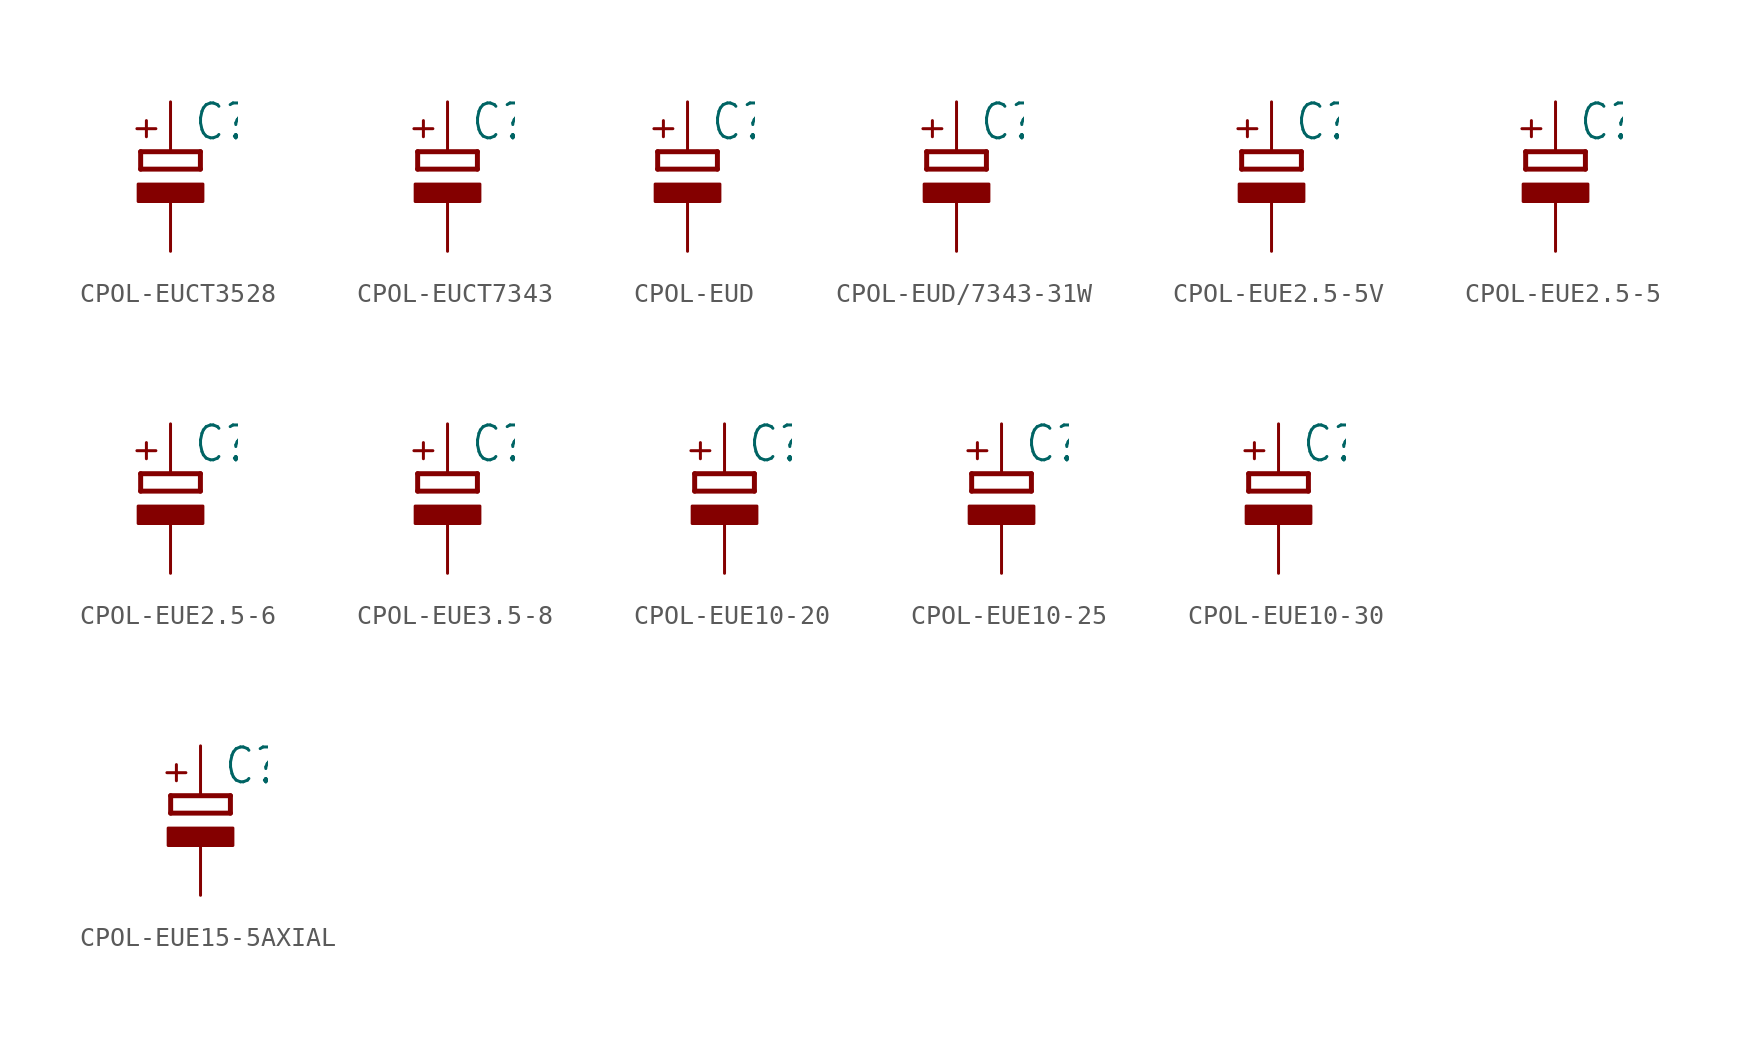
<source format=kicad_sym>
(kicad_symbol_lib
  (version 20231120)
  (generator "kicad_symbol_editor")
  (generator_version "8.99")
  (symbol "CPOL-EUCT3528"
    (property "Reference" "C"
      (at 1.143 0.483 0)
      (effects (font (size 1.778 1.511)) (justify left bottom)))
    (property "Value" ""
      (at 1.143 -4.597 0)
      (effects (font (size 1.778 1.511)) (justify left bottom)))
    (property "ki_locked" ""
      (at 0 0 0)
      (effects (font (size 1.27 1.27))))
    (symbol "CPOL-EUCT3528_1_0"
      (rectangle (start -1.651 -2.54) (end 1.651 -1.651) (stroke (width 0) (type default)) (fill (type outline)))
      (polyline (pts (xy -1.524 0) (xy 1.524 0)) (stroke (width 0.254) (type solid)) (fill (type none)))
      (polyline (pts (xy -1.524 0) (xy -1.524 -0.889)) (stroke (width 0.254) (type solid)) (fill (type none)))
      (polyline (pts (xy -1.524 -0.889) (xy 1.524 -0.889)) (stroke (width 0.254) (type solid)) (fill (type none)))
      (polyline (pts (xy 1.524 -0.889) (xy 1.524 0)) (stroke (width 0.254) (type solid)) (fill (type none)))
      (text "+" (at -0.584 0.406 900) (effects (font (size 1.27 1.079)) (justify left bottom)))
      (pin passive line (at 0 2.54 270) (length 2.54) (name "+" (effects (font (size 0 0)))) (number "+" (effects (font (size 0 0)))))
      (pin passive line (at 0 -5.08 90) (length 2.54) (name "-" (effects (font (size 0 0)))) (number "-" (effects (font (size 0 0)))))))
  (symbol "CPOL-EUCT7343"
    (property "Reference" "C"
      (at 1.143 0.483 0)
      (effects (font (size 1.778 1.511)) (justify left bottom)))
    (property "Value" ""
      (at 1.143 -4.597 0)
      (effects (font (size 1.778 1.511)) (justify left bottom)))
    (property "ki_locked" ""
      (at 0 0 0)
      (effects (font (size 1.27 1.27))))
    (symbol "CPOL-EUCT7343_1_0"
      (rectangle (start -1.651 -2.54) (end 1.651 -1.651) (stroke (width 0) (type default)) (fill (type outline)))
      (polyline (pts (xy -1.524 0) (xy 1.524 0)) (stroke (width 0.254) (type solid)) (fill (type none)))
      (polyline (pts (xy -1.524 0) (xy -1.524 -0.889)) (stroke (width 0.254) (type solid)) (fill (type none)))
      (polyline (pts (xy -1.524 -0.889) (xy 1.524 -0.889)) (stroke (width 0.254) (type solid)) (fill (type none)))
      (polyline (pts (xy 1.524 -0.889) (xy 1.524 0)) (stroke (width 0.254) (type solid)) (fill (type none)))
      (text "+" (at -0.584 0.406 900) (effects (font (size 1.27 1.079)) (justify left bottom)))
      (pin passive line (at 0 2.54 270) (length 2.54) (name "+" (effects (font (size 0 0)))) (number "+" (effects (font (size 0 0)))))
      (pin passive line (at 0 -5.08 90) (length 2.54) (name "-" (effects (font (size 0 0)))) (number "-" (effects (font (size 0 0)))))))
  (symbol "CPOL-EUD"
    (property "Reference" "C"
      (at 1.143 0.483 0)
      (effects (font (size 1.778 1.511)) (justify left bottom)))
    (property "Value" ""
      (at 1.143 -4.597 0)
      (effects (font (size 1.778 1.511)) (justify left bottom)))
    (property "ki_locked" ""
      (at 0 0 0)
      (effects (font (size 1.27 1.27))))
    (symbol "CPOL-EUD_1_0"
      (rectangle (start -1.651 -2.54) (end 1.651 -1.651) (stroke (width 0) (type default)) (fill (type outline)))
      (polyline (pts (xy -1.524 0) (xy 1.524 0)) (stroke (width 0.254) (type solid)) (fill (type none)))
      (polyline (pts (xy -1.524 0) (xy -1.524 -0.889)) (stroke (width 0.254) (type solid)) (fill (type none)))
      (polyline (pts (xy -1.524 -0.889) (xy 1.524 -0.889)) (stroke (width 0.254) (type solid)) (fill (type none)))
      (polyline (pts (xy 1.524 -0.889) (xy 1.524 0)) (stroke (width 0.254) (type solid)) (fill (type none)))
      (text "+" (at -0.584 0.406 900) (effects (font (size 1.27 1.079)) (justify left bottom)))
      (pin passive line (at 0 2.54 270) (length 2.54) (name "+" (effects (font (size 0 0)))) (number "+" (effects (font (size 0 0)))))
      (pin passive line (at 0 -5.08 90) (length 2.54) (name "-" (effects (font (size 0 0)))) (number "-" (effects (font (size 0 0)))))))
  (symbol "CPOL-EUD/7343-31W"
    (property "Reference" "C"
      (at 1.143 0.483 0)
      (effects (font (size 1.778 1.511)) (justify left bottom)))
    (property "Value" ""
      (at 1.143 -4.597 0)
      (effects (font (size 1.778 1.511)) (justify left bottom)))
    (property "ki_locked" ""
      (at 0 0 0)
      (effects (font (size 1.27 1.27))))
    (symbol "CPOL-EUD/7343-31W_1_0"
      (rectangle (start -1.651 -2.54) (end 1.651 -1.651) (stroke (width 0) (type default)) (fill (type outline)))
      (polyline (pts (xy -1.524 0) (xy 1.524 0)) (stroke (width 0.254) (type solid)) (fill (type none)))
      (polyline (pts (xy -1.524 0) (xy -1.524 -0.889)) (stroke (width 0.254) (type solid)) (fill (type none)))
      (polyline (pts (xy -1.524 -0.889) (xy 1.524 -0.889)) (stroke (width 0.254) (type solid)) (fill (type none)))
      (polyline (pts (xy 1.524 -0.889) (xy 1.524 0)) (stroke (width 0.254) (type solid)) (fill (type none)))
      (text "+" (at -0.584 0.406 900) (effects (font (size 1.27 1.079)) (justify left bottom)))
      (pin passive line (at 0 2.54 270) (length 2.54) (name "+" (effects (font (size 0 0)))) (number "+" (effects (font (size 0 0)))))
      (pin passive line (at 0 -5.08 90) (length 2.54) (name "-" (effects (font (size 0 0)))) (number "-" (effects (font (size 0 0)))))))
  (symbol "CPOL-EUE2.5-5V"
    (property "Reference" "C"
      (at 1.143 0.483 0)
      (effects (font (size 1.778 1.511)) (justify left bottom)))
    (property "Value" ""
      (at 1.143 -4.597 0)
      (effects (font (size 1.778 1.511)) (justify left bottom)))
    (property "ki_locked" ""
      (at 0 0 0)
      (effects (font (size 1.27 1.27))))
    (symbol "CPOL-EUE2.5-5V_1_0"
      (rectangle (start -1.651 -2.54) (end 1.651 -1.651) (stroke (width 0) (type default)) (fill (type outline)))
      (polyline (pts (xy -1.524 0) (xy 1.524 0)) (stroke (width 0.254) (type solid)) (fill (type none)))
      (polyline (pts (xy -1.524 0) (xy -1.524 -0.889)) (stroke (width 0.254) (type solid)) (fill (type none)))
      (polyline (pts (xy -1.524 -0.889) (xy 1.524 -0.889)) (stroke (width 0.254) (type solid)) (fill (type none)))
      (polyline (pts (xy 1.524 -0.889) (xy 1.524 0)) (stroke (width 0.254) (type solid)) (fill (type none)))
      (text "+" (at -0.584 0.406 900) (effects (font (size 1.27 1.079)) (justify left bottom)))
      (pin passive line (at 0 2.54 270) (length 2.54) (name "+" (effects (font (size 0 0)))) (number "+" (effects (font (size 0 0)))))
      (pin passive line (at 0 -5.08 90) (length 2.54) (name "-" (effects (font (size 0 0)))) (number "-" (effects (font (size 0 0)))))))
  (symbol "CPOL-EUE2.5-5"
    (property "Reference" "C"
      (at 1.143 0.483 0)
      (effects (font (size 1.778 1.511)) (justify left bottom)))
    (property "Value" ""
      (at 1.143 -4.597 0)
      (effects (font (size 1.778 1.511)) (justify left bottom)))
    (property "ki_locked" ""
      (at 0 0 0)
      (effects (font (size 1.27 1.27))))
    (symbol "CPOL-EUE2.5-5_1_0"
      (rectangle (start -1.651 -2.54) (end 1.651 -1.651) (stroke (width 0) (type default)) (fill (type outline)))
      (polyline (pts (xy -1.524 0) (xy 1.524 0)) (stroke (width 0.254) (type solid)) (fill (type none)))
      (polyline (pts (xy -1.524 0) (xy -1.524 -0.889)) (stroke (width 0.254) (type solid)) (fill (type none)))
      (polyline (pts (xy -1.524 -0.889) (xy 1.524 -0.889)) (stroke (width 0.254) (type solid)) (fill (type none)))
      (polyline (pts (xy 1.524 -0.889) (xy 1.524 0)) (stroke (width 0.254) (type solid)) (fill (type none)))
      (text "+" (at -0.584 0.406 900) (effects (font (size 1.27 1.079)) (justify left bottom)))
      (pin passive line (at 0 2.54 270) (length 2.54) (name "+" (effects (font (size 0 0)))) (number "+" (effects (font (size 0 0)))))
      (pin passive line (at 0 -5.08 90) (length 2.54) (name "-" (effects (font (size 0 0)))) (number "-" (effects (font (size 0 0)))))))
  (symbol "CPOL-EUE2.5-6"
    (property "Reference" "C"
      (at 1.143 0.483 0)
      (effects (font (size 1.778 1.511)) (justify left bottom)))
    (property "Value" ""
      (at 1.143 -4.597 0)
      (effects (font (size 1.778 1.511)) (justify left bottom)))
    (property "ki_locked" ""
      (at 0 0 0)
      (effects (font (size 1.27 1.27))))
    (symbol "CPOL-EUE2.5-6_1_0"
      (rectangle (start -1.651 -2.54) (end 1.651 -1.651) (stroke (width 0) (type default)) (fill (type outline)))
      (polyline (pts (xy -1.524 0) (xy 1.524 0)) (stroke (width 0.254) (type solid)) (fill (type none)))
      (polyline (pts (xy -1.524 0) (xy -1.524 -0.889)) (stroke (width 0.254) (type solid)) (fill (type none)))
      (polyline (pts (xy -1.524 -0.889) (xy 1.524 -0.889)) (stroke (width 0.254) (type solid)) (fill (type none)))
      (polyline (pts (xy 1.524 -0.889) (xy 1.524 0)) (stroke (width 0.254) (type solid)) (fill (type none)))
      (text "+" (at -0.584 0.406 900) (effects (font (size 1.27 1.079)) (justify left bottom)))
      (pin passive line (at 0 2.54 270) (length 2.54) (name "+" (effects (font (size 0 0)))) (number "+" (effects (font (size 0 0)))))
      (pin passive line (at 0 -5.08 90) (length 2.54) (name "-" (effects (font (size 0 0)))) (number "-" (effects (font (size 0 0)))))))
  (symbol "CPOL-EUE3.5-8"
    (property "Reference" "C"
      (at 1.143 0.483 0)
      (effects (font (size 1.778 1.511)) (justify left bottom)))
    (property "Value" ""
      (at 1.143 -4.597 0)
      (effects (font (size 1.778 1.511)) (justify left bottom)))
    (property "ki_locked" ""
      (at 0 0 0)
      (effects (font (size 1.27 1.27))))
    (symbol "CPOL-EUE3.5-8_1_0"
      (rectangle (start -1.651 -2.54) (end 1.651 -1.651) (stroke (width 0) (type default)) (fill (type outline)))
      (polyline (pts (xy -1.524 0) (xy 1.524 0)) (stroke (width 0.254) (type solid)) (fill (type none)))
      (polyline (pts (xy -1.524 0) (xy -1.524 -0.889)) (stroke (width 0.254) (type solid)) (fill (type none)))
      (polyline (pts (xy -1.524 -0.889) (xy 1.524 -0.889)) (stroke (width 0.254) (type solid)) (fill (type none)))
      (polyline (pts (xy 1.524 -0.889) (xy 1.524 0)) (stroke (width 0.254) (type solid)) (fill (type none)))
      (text "+" (at -0.584 0.406 900) (effects (font (size 1.27 1.079)) (justify left bottom)))
      (pin passive line (at 0 2.54 270) (length 2.54) (name "+" (effects (font (size 0 0)))) (number "+" (effects (font (size 0 0)))))
      (pin passive line (at 0 -5.08 90) (length 2.54) (name "-" (effects (font (size 0 0)))) (number "-" (effects (font (size 0 0)))))))
  (symbol "CPOL-EUE10-20"
    (property "Reference" "C"
      (at 1.143 0.483 0)
      (effects (font (size 1.778 1.511)) (justify left bottom)))
    (property "Value" ""
      (at 1.143 -4.597 0)
      (effects (font (size 1.778 1.511)) (justify left bottom)))
    (property "ki_locked" ""
      (at 0 0 0)
      (effects (font (size 1.27 1.27))))
    (symbol "CPOL-EUE10-20_1_0"
      (rectangle (start -1.651 -2.54) (end 1.651 -1.651) (stroke (width 0) (type default)) (fill (type outline)))
      (polyline (pts (xy -1.524 0) (xy 1.524 0)) (stroke (width 0.254) (type solid)) (fill (type none)))
      (polyline (pts (xy -1.524 0) (xy -1.524 -0.889)) (stroke (width 0.254) (type solid)) (fill (type none)))
      (polyline (pts (xy -1.524 -0.889) (xy 1.524 -0.889)) (stroke (width 0.254) (type solid)) (fill (type none)))
      (polyline (pts (xy 1.524 -0.889) (xy 1.524 0)) (stroke (width 0.254) (type solid)) (fill (type none)))
      (text "+" (at -0.584 0.406 900) (effects (font (size 1.27 1.079)) (justify left bottom)))
      (pin passive line (at 0 2.54 270) (length 2.54) (name "+" (effects (font (size 0 0)))) (number "+" (effects (font (size 0 0)))))
      (pin passive line (at 0 -5.08 90) (length 2.54) (name "-" (effects (font (size 0 0)))) (number "-" (effects (font (size 0 0)))))))
  (symbol "CPOL-EUE10-25"
    (property "Reference" "C"
      (at 1.143 0.483 0)
      (effects (font (size 1.778 1.511)) (justify left bottom)))
    (property "Value" ""
      (at 1.143 -4.597 0)
      (effects (font (size 1.778 1.511)) (justify left bottom)))
    (property "ki_locked" ""
      (at 0 0 0)
      (effects (font (size 1.27 1.27))))
    (symbol "CPOL-EUE10-25_1_0"
      (rectangle (start -1.651 -2.54) (end 1.651 -1.651) (stroke (width 0) (type default)) (fill (type outline)))
      (polyline (pts (xy -1.524 0) (xy 1.524 0)) (stroke (width 0.254) (type solid)) (fill (type none)))
      (polyline (pts (xy -1.524 0) (xy -1.524 -0.889)) (stroke (width 0.254) (type solid)) (fill (type none)))
      (polyline (pts (xy -1.524 -0.889) (xy 1.524 -0.889)) (stroke (width 0.254) (type solid)) (fill (type none)))
      (polyline (pts (xy 1.524 -0.889) (xy 1.524 0)) (stroke (width 0.254) (type solid)) (fill (type none)))
      (text "+" (at -0.584 0.406 900) (effects (font (size 1.27 1.079)) (justify left bottom)))
      (pin passive line (at 0 2.54 270) (length 2.54) (name "+" (effects (font (size 0 0)))) (number "+" (effects (font (size 0 0)))))
      (pin passive line (at 0 -5.08 90) (length 2.54) (name "-" (effects (font (size 0 0)))) (number "-" (effects (font (size 0 0)))))))
  (symbol "CPOL-EUE10-30"
    (property "Reference" "C"
      (at 1.143 0.483 0)
      (effects (font (size 1.778 1.511)) (justify left bottom)))
    (property "Value" ""
      (at 1.143 -4.597 0)
      (effects (font (size 1.778 1.511)) (justify left bottom)))
    (property "ki_locked" ""
      (at 0 0 0)
      (effects (font (size 1.27 1.27))))
    (symbol "CPOL-EUE10-30_1_0"
      (rectangle (start -1.651 -2.54) (end 1.651 -1.651) (stroke (width 0) (type default)) (fill (type outline)))
      (polyline (pts (xy -1.524 0) (xy 1.524 0)) (stroke (width 0.254) (type solid)) (fill (type none)))
      (polyline (pts (xy -1.524 0) (xy -1.524 -0.889)) (stroke (width 0.254) (type solid)) (fill (type none)))
      (polyline (pts (xy -1.524 -0.889) (xy 1.524 -0.889)) (stroke (width 0.254) (type solid)) (fill (type none)))
      (polyline (pts (xy 1.524 -0.889) (xy 1.524 0)) (stroke (width 0.254) (type solid)) (fill (type none)))
      (text "+" (at -0.584 0.406 900) (effects (font (size 1.27 1.079)) (justify left bottom)))
      (pin passive line (at 0 2.54 270) (length 2.54) (name "+" (effects (font (size 0 0)))) (number "+" (effects (font (size 0 0)))))
      (pin passive line (at 0 -5.08 90) (length 2.54) (name "-" (effects (font (size 0 0)))) (number "-" (effects (font (size 0 0)))))))
  (symbol "CPOL-EUE15-5AXIAL"
    (property "Reference" "C"
      (at 1.143 0.483 0)
      (effects (font (size 1.778 1.511)) (justify left bottom)))
    (property "Value" ""
      (at 1.143 -4.597 0)
      (effects (font (size 1.778 1.511)) (justify left bottom)))
    (property "ki_locked" ""
      (at 0 0 0)
      (effects (font (size 1.27 1.27))))
    (symbol "CPOL-EUE15-5AXIAL_1_0"
      (rectangle (start -1.651 -2.54) (end 1.651 -1.651) (stroke (width 0) (type default)) (fill (type outline)))
      (polyline (pts (xy -1.524 0) (xy 1.524 0)) (stroke (width 0.254) (type solid)) (fill (type none)))
      (polyline (pts (xy -1.524 0) (xy -1.524 -0.889)) (stroke (width 0.254) (type solid)) (fill (type none)))
      (polyline (pts (xy -1.524 -0.889) (xy 1.524 -0.889)) (stroke (width 0.254) (type solid)) (fill (type none)))
      (polyline (pts (xy 1.524 -0.889) (xy 1.524 0)) (stroke (width 0.254) (type solid)) (fill (type none)))
      (text "+" (at -0.584 0.406 900) (effects (font (size 1.27 1.079)) (justify left bottom)))
      (pin passive line (at 0 2.54 270) (length 2.54) (name "+" (effects (font (size 0 0)))) (number "+" (effects (font (size 0 0)))))
      (pin passive line (at 0 -5.08 90) (length 2.54) (name "-" (effects (font (size 0 0)))) (number "-" (effects (font (size 0 0))))))))
</source>
